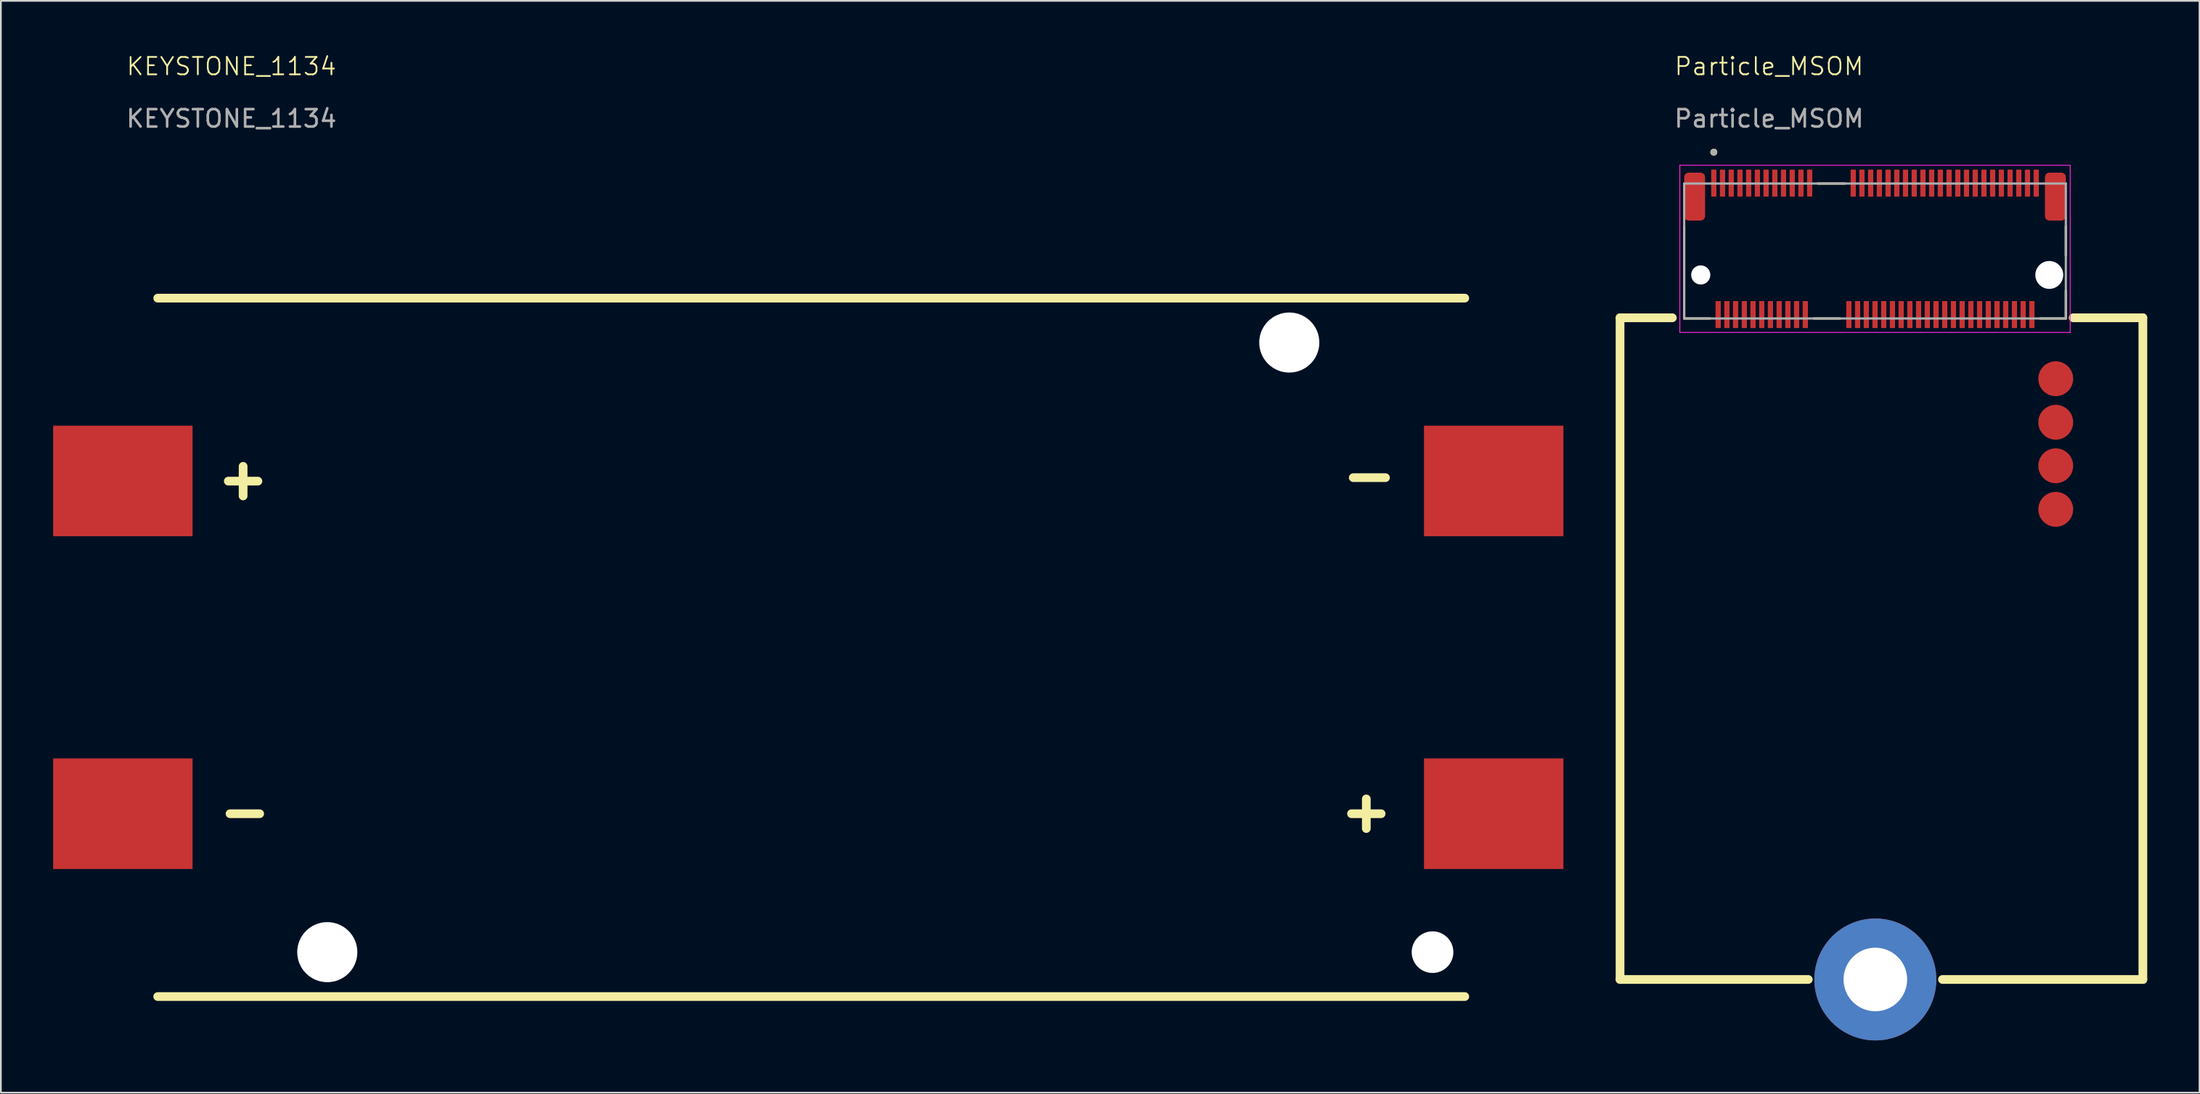
<source format=kicad_pcb>
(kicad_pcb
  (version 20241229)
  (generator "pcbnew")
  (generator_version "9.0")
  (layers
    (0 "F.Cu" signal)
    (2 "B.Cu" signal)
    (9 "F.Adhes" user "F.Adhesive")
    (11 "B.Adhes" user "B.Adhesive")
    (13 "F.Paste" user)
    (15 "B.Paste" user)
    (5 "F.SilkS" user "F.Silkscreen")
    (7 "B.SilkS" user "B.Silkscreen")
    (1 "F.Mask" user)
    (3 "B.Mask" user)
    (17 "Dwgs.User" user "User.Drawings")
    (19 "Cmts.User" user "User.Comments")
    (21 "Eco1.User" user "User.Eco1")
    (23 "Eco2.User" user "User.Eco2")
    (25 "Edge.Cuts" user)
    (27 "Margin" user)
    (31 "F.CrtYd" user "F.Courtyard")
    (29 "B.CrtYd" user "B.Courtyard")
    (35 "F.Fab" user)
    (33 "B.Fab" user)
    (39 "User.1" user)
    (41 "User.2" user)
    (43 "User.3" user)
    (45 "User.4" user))
  (footprint "KEYSTONE_1134"
    (layer "F.Cu")
    (at 4 43.681)
    (property "Reference" "KEYSTONE_1134" (at 6.23 -42.92 0) (unlocked yes) (layer "F.SilkS") (effects (font (size 1 1) (thickness 0.1))))
    (attr smd)
    (fp_line (start 2 -29.61) (end 77 -29.61) (stroke (width 0.5) (type default)) (layer "F.SilkS"))
    (fp_line (start 6.05 -19.1) (end 7.75 -19.1) (stroke (width 0.5) (type default)) (layer "F.SilkS"))
    (fp_line (start 6.15 0) (end 7.85 0) (stroke (width 0.5) (type default)) (layer "F.SilkS"))
    (fp_line (start 6.9 -18.25) (end 6.9 -19.95) (stroke (width 0.5) (type default)) (layer "F.SilkS"))
    (fp_line (start 70.5 0) (end 72.2 0) (stroke (width 0.5) (type default)) (layer "F.SilkS"))
    (fp_line (start 70.6 -19.3) (end 72.45 -19.3) (stroke (width 0.5) (type default)) (layer "F.SilkS"))
    (fp_line (start 71.35 0.85) (end 71.35 -0.85) (stroke (width 0.5) (type default)) (layer "F.SilkS"))
    (fp_line (start 77 10.5) (end 2 10.5) (stroke (width 0.5) (type default)) (layer "F.SilkS"))
    (fp_text user "${REFERENCE}" (at 6.23 -39.92 0) (unlocked yes) (layer "F.Fab") (effects (font (size 1 1) (thickness 0.15))))
    (pad "" np_thru_hole circle (at 11.73 7.95) (size 3.45 3.45) (drill 3.45) (layers "*.Cu" "*.Mask"))
    (pad "" np_thru_hole circle (at 66.93 -27.06) (size 3.45 3.45) (drill 3.45) (layers "*.Cu" "*.Mask"))
    (pad "" np_thru_hole circle (at 75.15 7.95) (size 2.39 2.39) (drill 2.39) (layers "*.Cu" "*.Mask"))
    (pad "1" smd rect (at 78.66 0) (size 8 6.35) (layers "F.Cu" "F.Mask" "F.Paste"))
    (pad "2" smd rect (at 0 0) (size 8 6.35) (layers "F.Cu" "F.Mask" "F.Paste"))
    (pad "3" smd rect (at 0 -19.11) (size 8 6.35) (layers "F.Cu" "F.Mask" "F.Paste"))
    (pad "4" smd rect (at 78.66 -19.11) (size 8 6.35) (layers "F.Cu" "F.Mask" "F.Paste")))
  (footprint "Particle_MSOM"
    (layer "F.Cu")
    (at 104.91 11.2)
    (property "Reference" "Particle_MSOM" (at -6.45 -10.44 0) (unlocked yes) (layer "F.SilkS") (effects (font (size 1 1) (thickness 0.1))))
    (attr smd)
    (fp_line (start -15 4) (end -15 42) (stroke (width 0.5) (type default)) (layer "F.SilkS"))
    (fp_line (start -15 42) (end -4.2 42) (stroke (width 0.5) (type default)) (layer "F.SilkS"))
    (fp_line (start -12 4) (end -15 4) (stroke (width 0.5) (type default)) (layer "F.SilkS"))
    (fp_line (start -11.32 4.04) (end -11.32 -1.265) (stroke (width 0.127) (type solid)) (layer "F.SilkS"))
    (fp_line (start -11.32 4.04) (end -9.84 4.04) (stroke (width 0.127) (type solid)) (layer "F.SilkS"))
    (fp_line (start -3.87 4.04) (end -2.37 4.04) (stroke (width 0.127) (type solid)) (layer "F.SilkS"))
    (fp_line (start -3.65 -3.71) (end -2.09 -3.71) (stroke (width 0.127) (type solid)) (layer "F.SilkS"))
    (fp_line (start 9.1 4.04) (end 10.58 4.04) (stroke (width 0.127) (type solid)) (layer "F.SilkS"))
    (fp_line (start 10.58 -1.265) (end 10.58 0.42) (stroke (width 0.127) (type solid)) (layer "F.SilkS"))
    (fp_line (start 10.58 4.04) (end 10.58 2.44) (stroke (width 0.127) (type solid)) (layer "F.SilkS"))
    (fp_line (start 11 4) (end 15 4) (stroke (width 0.5) (type default)) (layer "F.SilkS"))
    (fp_line (start 15 4) (end 15 42) (stroke (width 0.5) (type default)) (layer "F.SilkS"))
    (fp_line (start 15 42) (end 3.5 42) (stroke (width 0.5) (type default)) (layer "F.SilkS"))
    (fp_circle (center -9.62 -5.51) (end -9.52 -5.51) (stroke (width 0.2) (type solid)) (fill no) (layer "F.SilkS"))
    (fp_line (start -11.57 -4.76) (end -11.57 4.84) (stroke (width 0.05) (type solid)) (layer "F.CrtYd"))
    (fp_line (start -11.57 4.84) (end 10.83 4.84) (stroke (width 0.05) (type solid)) (layer "F.CrtYd"))
    (fp_line (start 10.83 -4.76) (end -11.57 -4.76) (stroke (width 0.05) (type solid)) (layer "F.CrtYd"))
    (fp_line (start 10.83 4.84) (end 10.83 -4.76) (stroke (width 0.05) (type solid)) (layer "F.CrtYd"))
    (fp_line (start -11.32 -3.71) (end 10.58 -3.71) (stroke (width 0.127) (type solid)) (layer "F.Fab"))
    (fp_line (start -11.32 4.04) (end -11.32 -3.71) (stroke (width 0.127) (type solid)) (layer "F.Fab"))
    (fp_line (start 10.58 -3.71) (end 10.58 4.04) (stroke (width 0.127) (type solid)) (layer "F.Fab"))
    (fp_line (start 10.58 4.04) (end -11.32 4.04) (stroke (width 0.127) (type solid)) (layer "F.Fab"))
    (fp_circle (center -9.62 -5.51) (end -9.52 -5.51) (stroke (width 0.2) (type solid)) (fill no) (layer "F.Fab"))
    (fp_text user "${REFERENCE}" (at -6.45 -7.44 0) (unlocked yes) (layer "F.Fab") (effects (font (size 1 1) (thickness 0.15))))
    (pad "" np_thru_hole circle (at -10.37 1.54) (size 1.1 1.1) (drill 1.1) (layers "*.Cu" "*.Mask"))
    (pad "" np_thru_hole circle (at 9.63 1.54) (size 1.6 1.6) (drill 1.6) (layers "*.Cu" "*.Mask"))
    (pad "1" smd roundrect (at -9.62 -3.735) (size 0.3 1.55) (layers "F.Cu" "F.Mask" "F.Paste") (roundrect_rratio 0.12))
    (pad "2" smd roundrect (at -9.37 3.815) (size 0.3 1.55) (layers "F.Cu" "F.Mask" "F.Paste") (roundrect_rratio 0.12))
    (pad "3" smd roundrect (at -9.12 -3.735) (size 0.3 1.55) (layers "F.Cu" "F.Mask" "F.Paste") (roundrect_rratio 0.12))
    (pad "4" smd roundrect (at -8.87 3.815) (size 0.3 1.55) (layers "F.Cu" "F.Mask" "F.Paste") (roundrect_rratio 0.12))
    (pad "5" smd roundrect (at -8.62 -3.735) (size 0.3 1.55) (layers "F.Cu" "F.Mask" "F.Paste") (roundrect_rratio 0.12))
    (pad "6" smd roundrect (at -8.37 3.815) (size 0.3 1.55) (layers "F.Cu" "F.Mask" "F.Paste") (roundrect_rratio 0.12))
    (pad "7" smd roundrect (at -8.12 -3.735) (size 0.3 1.55) (layers "F.Cu" "F.Mask" "F.Paste") (roundrect_rratio 0.12))
    (pad "8" smd roundrect (at -7.87 3.815) (size 0.3 1.55) (layers "F.Cu" "F.Mask" "F.Paste") (roundrect_rratio 0.12))
    (pad "9" smd roundrect (at -7.62 -3.735) (size 0.3 1.55) (layers "F.Cu" "F.Mask" "F.Paste") (roundrect_rratio 0.12))
    (pad "10" smd roundrect (at -7.37 3.815) (size 0.3 1.55) (layers "F.Cu" "F.Mask" "F.Paste") (roundrect_rratio 0.12))
    (pad "11" smd roundrect (at -7.12 -3.735) (size 0.3 1.55) (layers "F.Cu" "F.Mask" "F.Paste") (roundrect_rratio 0.12))
    (pad "12" smd roundrect (at -6.87 3.815) (size 0.3 1.55) (layers "F.Cu" "F.Mask" "F.Paste") (roundrect_rratio 0.12))
    (pad "13" smd roundrect (at -6.62 -3.735) (size 0.3 1.55) (layers "F.Cu" "F.Mask" "F.Paste") (roundrect_rratio 0.12))
    (pad "14" smd roundrect (at -6.37 3.815) (size 0.3 1.55) (layers "F.Cu" "F.Mask" "F.Paste") (roundrect_rratio 0.12))
    (pad "15" smd roundrect (at -6.12 -3.735) (size 0.3 1.55) (layers "F.Cu" "F.Mask" "F.Paste") (roundrect_rratio 0.12))
    (pad "16" smd roundrect (at -5.87 3.815) (size 0.3 1.55) (layers "F.Cu" "F.Mask" "F.Paste") (roundrect_rratio 0.12))
    (pad "17" smd roundrect (at -5.62 -3.735) (size 0.3 1.55) (layers "F.Cu" "F.Mask" "F.Paste") (roundrect_rratio 0.12))
    (pad "18" smd roundrect (at -5.37 3.815) (size 0.3 1.55) (layers "F.Cu" "F.Mask" "F.Paste") (roundrect_rratio 0.12))
    (pad "19" smd roundrect (at -5.12 -3.735) (size 0.3 1.55) (layers "F.Cu" "F.Mask" "F.Paste") (roundrect_rratio 0.12))
    (pad "20" smd roundrect (at -4.87 3.815) (size 0.3 1.55) (layers "F.Cu" "F.Mask" "F.Paste") (roundrect_rratio 0.12))
    (pad "21" smd roundrect (at -4.62 -3.735) (size 0.3 1.55) (layers "F.Cu" "F.Mask" "F.Paste") (roundrect_rratio 0.12))
    (pad "22" smd roundrect (at -4.37 3.815) (size 0.3 1.55) (layers "F.Cu" "F.Mask" "F.Paste") (roundrect_rratio 0.12))
    (pad "23" smd roundrect (at -4.12 -3.735) (size 0.3 1.55) (layers "F.Cu" "F.Mask" "F.Paste") (roundrect_rratio 0.12))
    (pad "32" smd roundrect (at -1.87 3.815) (size 0.3 1.55) (layers "F.Cu" "F.Mask" "F.Paste") (roundrect_rratio 0.12))
    (pad "33" smd roundrect (at -1.62 -3.735) (size 0.3 1.55) (layers "F.Cu" "F.Mask" "F.Paste") (roundrect_rratio 0.12))
    (pad "34" smd roundrect (at -1.37 3.815) (size 0.3 1.55) (layers "F.Cu" "F.Mask" "F.Paste") (roundrect_rratio 0.12))
    (pad "35" smd roundrect (at -1.12 -3.735) (size 0.3 1.55) (layers "F.Cu" "F.Mask" "F.Paste") (roundrect_rratio 0.12))
    (pad "36" smd roundrect (at -0.87 3.815) (size 0.3 1.55) (layers "F.Cu" "F.Mask" "F.Paste") (roundrect_rratio 0.12))
    (pad "37" smd roundrect (at -0.62 -3.735) (size 0.3 1.55) (layers "F.Cu" "F.Mask" "F.Paste") (roundrect_rratio 0.12))
    (pad "38" smd roundrect (at -0.37 3.815) (size 0.3 1.55) (layers "F.Cu" "F.Mask" "F.Paste") (roundrect_rratio 0.12))
    (pad "39" smd roundrect (at -0.12 -3.735) (size 0.3 1.55) (layers "F.Cu" "F.Mask" "F.Paste") (roundrect_rratio 0.12))
    (pad "40" smd roundrect (at 0.13 3.815) (size 0.3 1.55) (layers "F.Cu" "F.Mask" "F.Paste") (roundrect_rratio 0.12))
    (pad "41" smd roundrect (at 0.38 -3.735) (size 0.3 1.55) (layers "F.Cu" "F.Mask" "F.Paste") (roundrect_rratio 0.12))
    (pad "42" smd roundrect (at 0.63 3.815) (size 0.3 1.55) (layers "F.Cu" "F.Mask" "F.Paste") (roundrect_rratio 0.12))
    (pad "43" smd roundrect (at 0.88 -3.735) (size 0.3 1.55) (layers "F.Cu" "F.Mask" "F.Paste") (roundrect_rratio 0.12))
    (pad "44" smd roundrect (at 1.13 3.815) (size 0.3 1.55) (layers "F.Cu" "F.Mask" "F.Paste") (roundrect_rratio 0.12))
    (pad "45" smd roundrect (at 1.38 -3.735) (size 0.3 1.55) (layers "F.Cu" "F.Mask" "F.Paste") (roundrect_rratio 0.12))
    (pad "46" smd roundrect (at 1.63 3.815) (size 0.3 1.55) (layers "F.Cu" "F.Mask" "F.Paste") (roundrect_rratio 0.12))
    (pad "47" smd roundrect (at 1.88 -3.735) (size 0.3 1.55) (layers "F.Cu" "F.Mask" "F.Paste") (roundrect_rratio 0.12))
    (pad "48" smd roundrect (at 2.13 3.815) (size 0.3 1.55) (layers "F.Cu" "F.Mask" "F.Paste") (roundrect_rratio 0.12))
    (pad "49" smd roundrect (at 2.38 -3.735) (size 0.3 1.55) (layers "F.Cu" "F.Mask" "F.Paste") (roundrect_rratio 0.12))
    (pad "50" smd roundrect (at 2.63 3.815) (size 0.3 1.55) (layers "F.Cu" "F.Mask" "F.Paste") (roundrect_rratio 0.12))
    (pad "51" smd roundrect (at 2.88 -3.735) (size 0.3 1.55) (layers "F.Cu" "F.Mask" "F.Paste") (roundrect_rratio 0.12))
    (pad "52" smd roundrect (at 3.13 3.815) (size 0.3 1.55) (layers "F.Cu" "F.Mask" "F.Paste") (roundrect_rratio 0.12))
    (pad "53" smd roundrect (at 3.38 -3.735) (size 0.3 1.55) (layers "F.Cu" "F.Mask" "F.Paste") (roundrect_rratio 0.12))
    (pad "54" smd roundrect (at 3.63 3.815) (size 0.3 1.55) (layers "F.Cu" "F.Mask" "F.Paste") (roundrect_rratio 0.12))
    (pad "55" smd roundrect (at 3.88 -3.735) (size 0.3 1.55) (layers "F.Cu" "F.Mask" "F.Paste") (roundrect_rratio 0.12))
    (pad "56" smd roundrect (at 4.13 3.815) (size 0.3 1.55) (layers "F.Cu" "F.Mask" "F.Paste") (roundrect_rratio 0.12))
    (pad "57" smd roundrect (at 4.38 -3.735) (size 0.3 1.55) (layers "F.Cu" "F.Mask" "F.Paste") (roundrect_rratio 0.12))
    (pad "58" smd roundrect (at 4.63 3.815) (size 0.3 1.55) (layers "F.Cu" "F.Mask" "F.Paste") (roundrect_rratio 0.12))
    (pad "59" smd roundrect (at 4.88 -3.735) (size 0.3 1.55) (layers "F.Cu" "F.Mask" "F.Paste") (roundrect_rratio 0.12))
    (pad "60" smd roundrect (at 5.13 3.815) (size 0.3 1.55) (layers "F.Cu" "F.Mask" "F.Paste") (roundrect_rratio 0.12))
    (pad "61" smd roundrect (at 5.38 -3.735) (size 0.3 1.55) (layers "F.Cu" "F.Mask" "F.Paste") (roundrect_rratio 0.12))
    (pad "62" smd roundrect (at 5.63 3.815) (size 0.3 1.55) (layers "F.Cu" "F.Mask" "F.Paste") (roundrect_rratio 0.12))
    (pad "63" smd roundrect (at 5.88 -3.735) (size 0.3 1.55) (layers "F.Cu" "F.Mask" "F.Paste") (roundrect_rratio 0.12))
    (pad "64" smd roundrect (at 6.13 3.815) (size 0.3 1.55) (layers "F.Cu" "F.Mask" "F.Paste") (roundrect_rratio 0.12))
    (pad "65" smd roundrect (at 6.38 -3.735) (size 0.3 1.55) (layers "F.Cu" "F.Mask" "F.Paste") (roundrect_rratio 0.12))
    (pad "66" smd roundrect (at 6.63 3.815) (size 0.3 1.55) (layers "F.Cu" "F.Mask" "F.Paste") (roundrect_rratio 0.12))
    (pad "67" smd roundrect (at 6.88 -3.735) (size 0.3 1.55) (layers "F.Cu" "F.Mask" "F.Paste") (roundrect_rratio 0.12))
    (pad "68" smd roundrect (at 7.13 3.815) (size 0.3 1.55) (layers "F.Cu" "F.Mask" "F.Paste") (roundrect_rratio 0.12))
    (pad "69" smd roundrect (at 7.38 -3.735) (size 0.3 1.55) (layers "F.Cu" "F.Mask" "F.Paste") (roundrect_rratio 0.12))
    (pad "70" smd roundrect (at 7.63 3.815) (size 0.3 1.55) (layers "F.Cu" "F.Mask" "F.Paste") (roundrect_rratio 0.12))
    (pad "71" smd roundrect (at 7.88 -3.735) (size 0.3 1.55) (layers "F.Cu" "F.Mask" "F.Paste") (roundrect_rratio 0.12))
    (pad "72" smd roundrect (at 8.13 3.815) (size 0.3 1.55) (layers "F.Cu" "F.Mask" "F.Paste") (roundrect_rratio 0.12))
    (pad "73" smd roundrect (at 8.38 -3.735) (size 0.3 1.55) (layers "F.Cu" "F.Mask" "F.Paste") (roundrect_rratio 0.12))
    (pad "74" smd roundrect (at 8.63 3.815) (size 0.3 1.55) (layers "F.Cu" "F.Mask" "F.Paste") (roundrect_rratio 0.12))
    (pad "75" smd roundrect (at 8.88 -3.735) (size 0.3 1.55) (layers "F.Cu" "F.Mask" "F.Paste") (roundrect_rratio 0.12))
    (pad "76" smd circle (at 10 7.5) (size 2 2) (layers "F.Cu" "F.Mask" "F.Paste"))
    (pad "77" smd circle (at 10 10) (size 2 2) (layers "F.Cu" "F.Mask" "F.Paste"))
    (pad "78" smd circle (at 10 12.5) (size 2 2) (layers "F.Cu" "F.Mask" "F.Paste"))
    (pad "79" smd circle (at 10 15) (size 2 2) (layers "F.Cu" "F.Mask" "F.Paste"))
    (pad "80" thru_hole circle (at -0.351 42) (size 7 7) (drill 3.65) (layers "*.Cu" "*.Mask"))
    (pad "S1" smd roundrect (at -10.72 -2.96) (size 1.2 2.75) (layers "F.Cu" "F.Mask" "F.Paste") (roundrect_rratio 0.21))
    (pad "S2" smd roundrect (at 9.98 -2.96) (size 1.2 2.75) (layers "F.Cu" "F.Mask" "F.Paste") (roundrect_rratio 0.21))
    (zone (net_name "") (layer "F.SilkS") (hatch edge 0.5) (connect_pads) (min_thickness 0.25) (filled_areas_thickness no) (keepout (tracks allowed) (vias allowed) (pads allowed) (copperpour allowed) (footprints not_allowed)) (placement (enabled no)) (fill) (polygon (pts (xy 89.91 15.2) (xy 119.91 15.2) (xy 119.91 53.2) (xy 89.91 53.2)))))
  (gr_rect
    (start -3 -3)
    (end 123.16 59.7)
    (stroke (width 0.1) (type default))
    (fill no)
    (layer "Edge.Cuts")))
</source>
